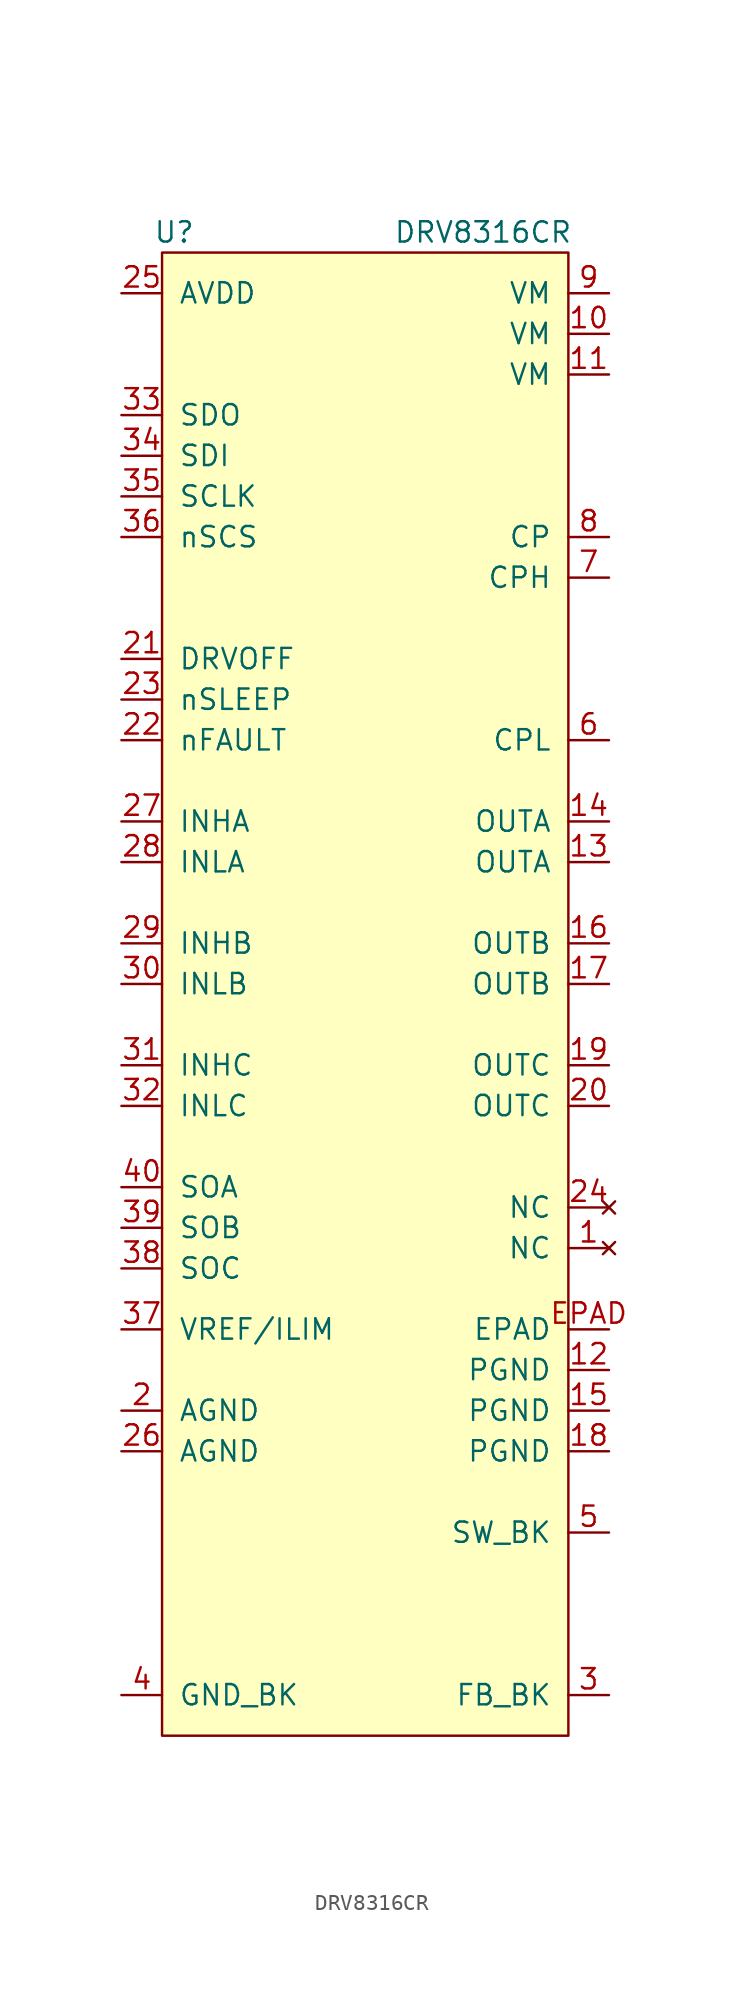
<source format=kicad_sym>
(kicad_symbol_lib
  (version 20241209)
  (generator "kicad_symbol_editor")
  (generator_version "9.0")
  (symbol "DRV8316CR"
    (pin_names
      (offset 1.016))
    (property "Reference" "U"
      (at -11.938 35.56 0)
      (effects (font (size 1.27 1.27))))
    (property "Value" "DRV8316CR"
      (at 7.366 35.56 0)
      (effects (font (size 1.27 1.27))))
    (symbol "DRV8316CR_0_0"
      (pin power_in line (at -15.24 31.75 0) (length 2.54) (name "AVDD" (effects (font (size 1.27 1.27)))) (number "25" (effects (font (size 1.27 1.27)))))
      (pin output line (at -15.24 24.13 0) (length 2.54) (name "SDO" (effects (font (size 1.27 1.27)))) (number "33" (effects (font (size 1.27 1.27)))))
      (pin input line (at -15.24 21.59 0) (length 2.54) (name "SDI" (effects (font (size 1.27 1.27)))) (number "34" (effects (font (size 1.27 1.27)))))
      (pin input line (at -15.24 19.05 0) (length 2.54) (name "SCLK" (effects (font (size 1.27 1.27)))) (number "35" (effects (font (size 1.27 1.27)))))
      (pin input line (at -15.24 16.51 0) (length 2.54) (name "nSCS" (effects (font (size 1.27 1.27)))) (number "36" (effects (font (size 1.27 1.27)))))
      (pin input line (at -15.24 8.89 0) (length 2.54) (name "DRVOFF" (effects (font (size 1.27 1.27)))) (number "21" (effects (font (size 1.27 1.27)))))
      (pin input line (at -15.24 6.35 0) (length 2.54) (name "nSLEEP" (effects (font (size 1.27 1.27)))) (number "23" (effects (font (size 1.27 1.27)))))
      (pin bidirectional line (at -15.24 3.81 0) (length 2.54) (name "nFAULT" (effects (font (size 1.27 1.27)))) (number "22" (effects (font (size 1.27 1.27)))))
      (pin input line (at -15.24 -1.27 0) (length 2.54) (name "INHA" (effects (font (size 1.27 1.27)))) (number "27" (effects (font (size 1.27 1.27)))))
      (pin input line (at -15.24 -3.81 0) (length 2.54) (name "INLA" (effects (font (size 1.27 1.27)))) (number "28" (effects (font (size 1.27 1.27)))))
      (pin input line (at -15.24 -8.89 0) (length 2.54) (name "INHB" (effects (font (size 1.27 1.27)))) (number "29" (effects (font (size 1.27 1.27)))))
      (pin input line (at -15.24 -11.43 0) (length 2.54) (name "INLB" (effects (font (size 1.27 1.27)))) (number "30" (effects (font (size 1.27 1.27)))))
      (pin input line (at -15.24 -16.51 0) (length 2.54) (name "INHC" (effects (font (size 1.27 1.27)))) (number "31" (effects (font (size 1.27 1.27)))))
      (pin input line (at -15.24 -19.05 0) (length 2.54) (name "INLC" (effects (font (size 1.27 1.27)))) (number "32" (effects (font (size 1.27 1.27)))))
      (pin output line (at -15.24 -24.13 0) (length 2.54) (name "SOA" (effects (font (size 1.27 1.27)))) (number "40" (effects (font (size 1.27 1.27)))))
      (pin output line (at -15.24 -26.67 0) (length 2.54) (name "SOB" (effects (font (size 1.27 1.27)))) (number "39" (effects (font (size 1.27 1.27)))))
      (pin output line (at -15.24 -29.21 0) (length 2.54) (name "SOC" (effects (font (size 1.27 1.27)))) (number "38" (effects (font (size 1.27 1.27)))))
      (pin input line (at -15.24 -33.02 0) (length 2.54) (name "VREF/ILIM" (effects (font (size 1.27 1.27)))) (number "37" (effects (font (size 1.27 1.27)))))
      (pin power_in line (at -15.24 -38.1 0) (length 2.54) (name "AGND" (effects (font (size 1.27 1.27)))) (number "2" (effects (font (size 1.27 1.27)))))
      (pin power_in line (at -15.24 -40.64 0) (length 2.54) (name "AGND" (effects (font (size 1.27 1.27)))) (number "26" (effects (font (size 1.27 1.27)))))
      (pin power_in line (at -15.24 -55.88 0) (length 2.54) (name "GND_BK" (effects (font (size 1.27 1.27)))) (number "4" (effects (font (size 1.27 1.27)))))
      (pin power_in line (at 15.24 31.75 180) (length 2.54) (name "VM" (effects (font (size 1.27 1.27)))) (number "9" (effects (font (size 1.27 1.27)))))
      (pin power_in line (at 15.24 29.21 180) (length 2.54) (name "VM" (effects (font (size 1.27 1.27)))) (number "10" (effects (font (size 1.27 1.27)))))
      (pin power_in line (at 15.24 26.67 180) (length 2.54) (name "VM" (effects (font (size 1.27 1.27)))) (number "11" (effects (font (size 1.27 1.27)))))
      (pin output line (at 15.24 16.51 180) (length 2.54) (name "CP" (effects (font (size 1.27 1.27)))) (number "8" (effects (font (size 1.27 1.27)))))
      (pin input line (at 15.24 13.97 180) (length 2.54) (name "CPH" (effects (font (size 1.27 1.27)))) (number "7" (effects (font (size 1.27 1.27)))))
      (pin input line (at 15.24 3.81 180) (length 2.54) (name "CPL" (effects (font (size 1.27 1.27)))) (number "6" (effects (font (size 1.27 1.27)))))
      (pin power_out line (at 15.24 -1.27 180) (length 2.54) (name "OUTA" (effects (font (size 1.27 1.27)))) (number "14" (effects (font (size 1.27 1.27)))))
      (pin power_out line (at 15.24 -3.81 180) (length 2.54) (name "OUTA" (effects (font (size 1.27 1.27)))) (number "13" (effects (font (size 1.27 1.27)))))
      (pin power_out line (at 15.24 -8.89 180) (length 2.54) (name "OUTB" (effects (font (size 1.27 1.27)))) (number "16" (effects (font (size 1.27 1.27)))))
      (pin power_out line (at 15.24 -11.43 180) (length 2.54) (name "OUTB" (effects (font (size 1.27 1.27)))) (number "17" (effects (font (size 1.27 1.27)))))
      (pin power_out line (at 15.24 -16.51 180) (length 2.54) (name "OUTC" (effects (font (size 1.27 1.27)))) (number "19" (effects (font (size 1.27 1.27)))))
      (pin power_out line (at 15.24 -19.05 180) (length 2.54) (name "OUTC" (effects (font (size 1.27 1.27)))) (number "20" (effects (font (size 1.27 1.27)))))
      (pin no_connect line (at 15.24 -25.4 180) (length 2.54) (name "NC" (effects (font (size 1.27 1.27)))) (number "24" (effects (font (size 1.27 1.27)))))
      (pin no_connect line (at 15.24 -27.94 180) (length 2.54) (name "NC" (effects (font (size 1.27 1.27)))) (number "1" (effects (font (size 1.27 1.27)))))
      (pin power_in line (at 15.24 -33.02 180) (length 2.54) (name "EPAD" (effects (font (size 1.27 1.27)))) (number "EPAD" (effects (font (size 1.27 1.27)))))
      (pin power_in line (at 15.24 -35.56 180) (length 2.54) (name "PGND" (effects (font (size 1.27 1.27)))) (number "12" (effects (font (size 1.27 1.27)))))
      (pin power_in line (at 15.24 -38.1 180) (length 2.54) (name "PGND" (effects (font (size 1.27 1.27)))) (number "15" (effects (font (size 1.27 1.27)))))
      (pin power_in line (at 15.24 -40.64 180) (length 2.54) (name "PGND" (effects (font (size 1.27 1.27)))) (number "18" (effects (font (size 1.27 1.27)))))
      (pin input line (at 15.24 -45.72 180) (length 2.54) (name "SW_BK" (effects (font (size 1.27 1.27)))) (number "5" (effects (font (size 1.27 1.27)))))
      (pin input line (at 15.24 -55.88 180) (length 2.54) (name "FB_BK" (effects (font (size 1.27 1.27)))) (number "3" (effects (font (size 1.27 1.27))))))
    (symbol "DRV8316CR_1_1"
      (rectangle (start -12.7 34.29) (end 12.7 -58.42) (stroke (width 0) (type solid)) (fill (type background))))))
</source>
